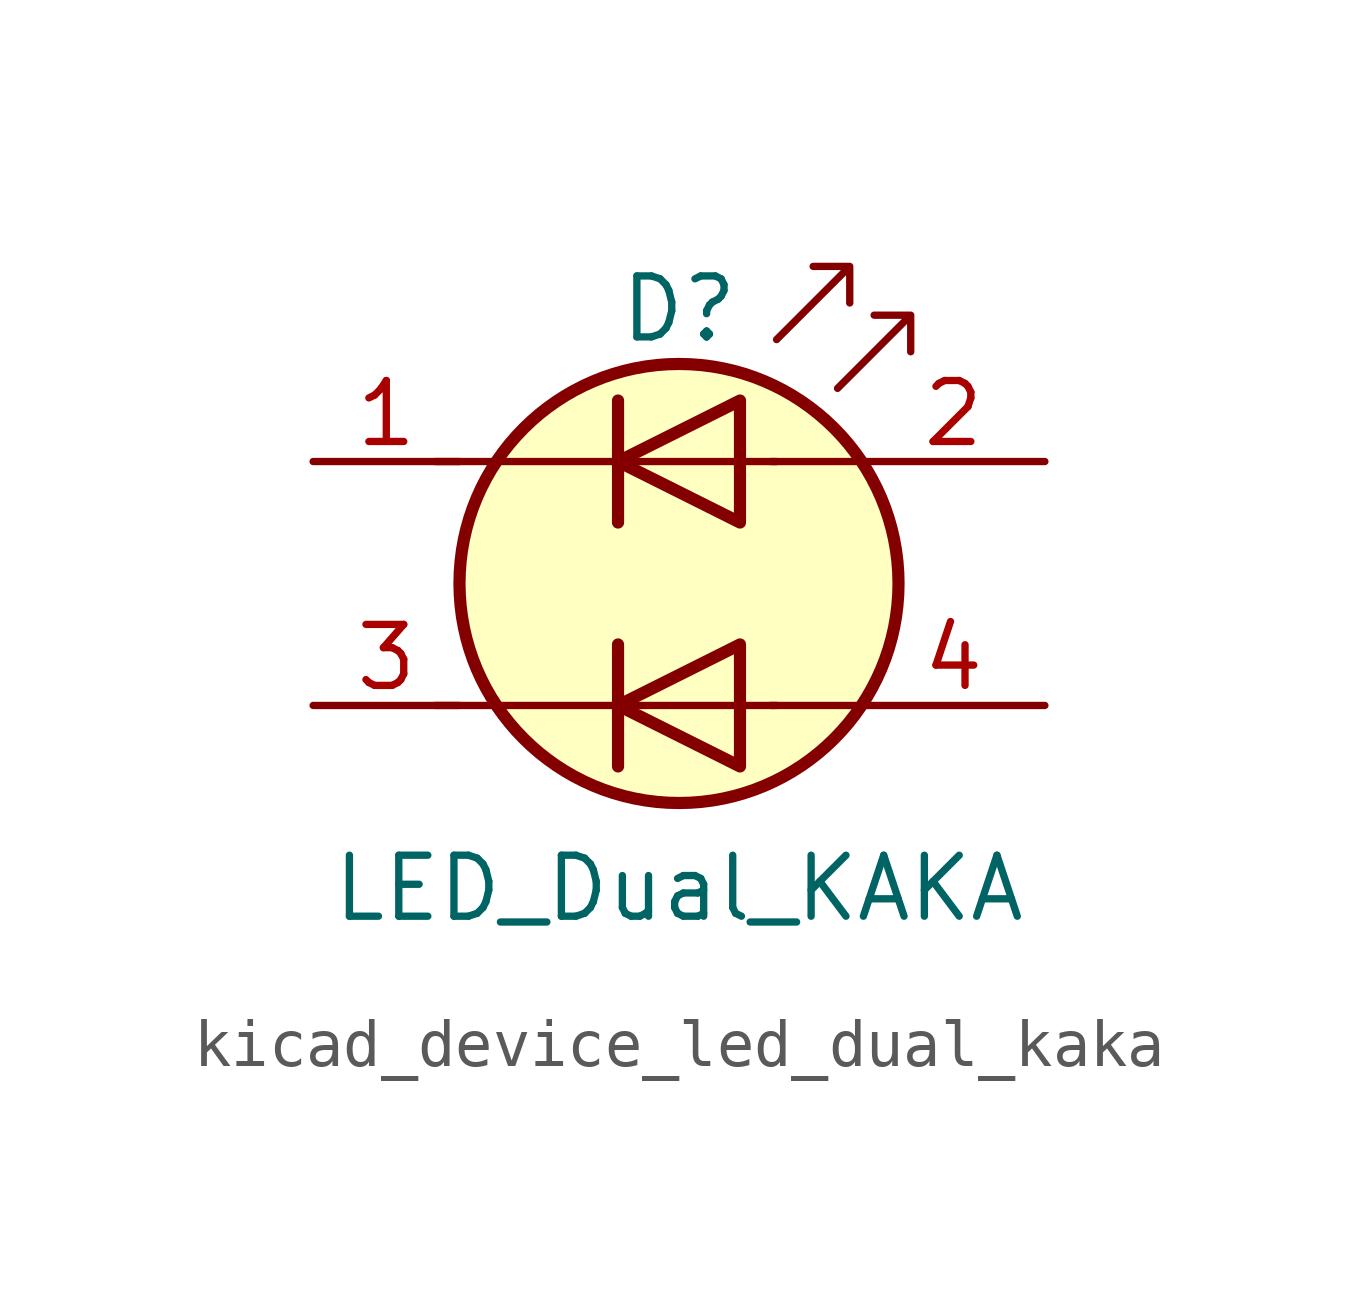
<source format=kicad_sym>
(kicad_symbol_lib
  (version 20220914)
  (generator kicad_symbol_editor)
  (symbol "kicad_device_led_dual_kaka"
    (pin_names
      (offset 0) hide)
    (property "Reference" "D"
      (at 0 5.715 0)
      (effects (font (size 1.27 1.27))))
    (property "Value" "LED_Dual_KAKA"
      (at 0 -6.35 0)
      (effects (font (size 1.27 1.27))))
    (symbol "kicad_device_led_dual_kaka_0_1"
      (polyline (pts (xy -5.08 -2.54) (xy 2.032 -2.54)) (stroke (width 0) (type default)) (fill (type none)))
      (polyline (pts (xy -5.08 2.54) (xy 2.032 2.54)) (stroke (width 0) (type default)) (fill (type none)))
      (polyline (pts (xy -1.27 -1.27) (xy -1.27 -3.81)) (stroke (width 0.254) (type default)) (fill (type none)))
      (polyline (pts (xy -1.27 3.81) (xy -1.27 1.27)) (stroke (width 0.254) (type default)) (fill (type none)))
      (polyline (pts (xy 3.81 -2.54) (xy 1.905 -2.54)) (stroke (width 0) (type default)) (fill (type none)))
      (polyline (pts (xy 3.81 2.54) (xy 1.905 2.54)) (stroke (width 0) (type default)) (fill (type none)))
      (polyline (pts (xy 1.27 -1.27) (xy 1.27 -3.81) (xy -1.27 -2.54) (xy 1.27 -1.27)) (stroke (width 0.254) (type default)) (fill (type none)))
      (polyline (pts (xy 1.27 3.81) (xy 1.27 1.27) (xy -1.27 2.54) (xy 1.27 3.81)) (stroke (width 0.254) (type default)) (fill (type none)))
      (polyline (pts (xy 2.032 5.08) (xy 3.556 6.604) (xy 2.794 6.604) (xy 3.556 6.604) (xy 3.556 5.842)) (stroke (width 0) (type default)) (fill (type none)))
      (polyline (pts (xy 3.302 4.064) (xy 4.826 5.588) (xy 4.064 5.588) (xy 4.826 5.588) (xy 4.826 4.826)) (stroke (width 0) (type default)) (fill (type none)))
      (circle (center 0 0) (radius 4.572) (stroke (width 0.254) (type default)) (fill (type background))))
    (symbol "kicad_device_led_dual_kaka_1_1"
      (pin input line (at -7.62 2.54 0) (length 3.048) (name "A1" (effects (font (size 1.27 1.27)))) (number "1" (effects (font (size 1.27 1.27)))))
      (pin input line (at 7.62 2.54 180) (length 3.81) (name "K1" (effects (font (size 1.27 1.27)))) (number "2" (effects (font (size 1.27 1.27)))))
      (pin input line (at -7.62 -2.54 0) (length 3.048) (name "A2" (effects (font (size 1.27 1.27)))) (number "3" (effects (font (size 1.27 1.27)))))
      (pin input line (at 7.62 -2.54 180) (length 3.81) (name "K2" (effects (font (size 1.27 1.27)))) (number "4" (effects (font (size 1.27 1.27))))))))
</source>
